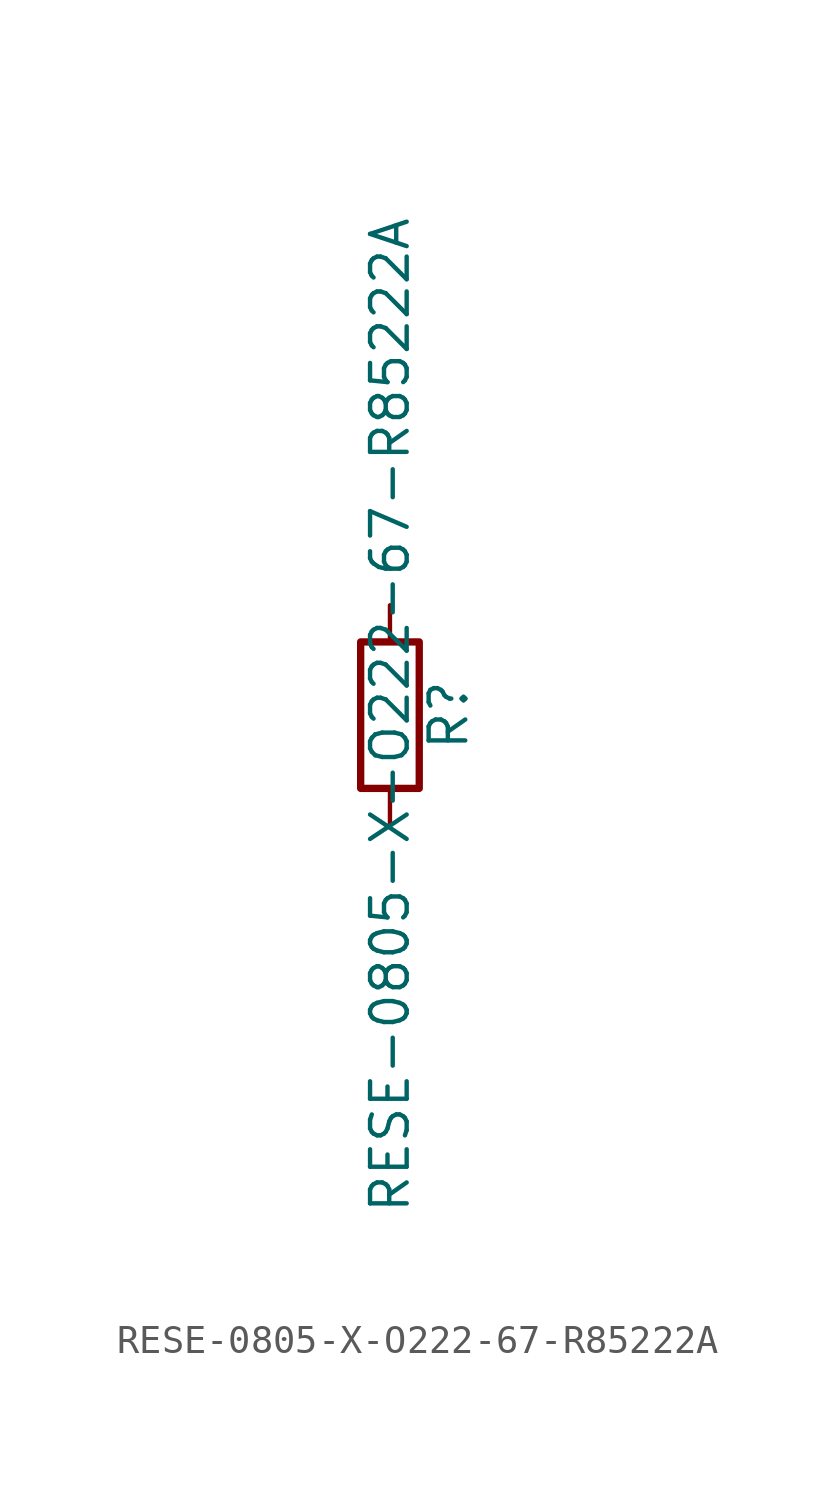
<source format=kicad_sym>
(kicad_symbol_lib
  (version 20211014)
  (generator kicad_symbol_editor)
  (symbol "RESE-0805-X-O222-67-R85222A"
    (pin_numbers hide)
    (pin_names
      (offset 0))
    (property "Reference" "R"
      (at 2.032 0 90)
      (effects (font (size 1.27 1.27))))
    (property "Value" "RESE-0805-X-O222-67-R85222A"
      (at 0 0 90)
      (effects (font (size 1.27 1.27))))
    (symbol "RESE-0805-X-O222-67-R85222A_0_1"
      (rectangle (start -1.016 -2.54) (end 1.016 2.54) (stroke (width 0.254) (type default) (color 0 0 0 0)) (fill (type none))))
    (symbol "RESE-0805-X-O222-67-R85222A_1_1"
      (pin passive line (at 0 3.81 270) (length 1.27) (name "~" (effects (font (size 1.27 1.27)))) (number "1" (effects (font (size 1.27 1.27)))))
      (pin passive line (at 0 -3.81 90) (length 1.27) (name "~" (effects (font (size 1.27 1.27)))) (number "2" (effects (font (size 1.27 1.27))))))))
</source>
